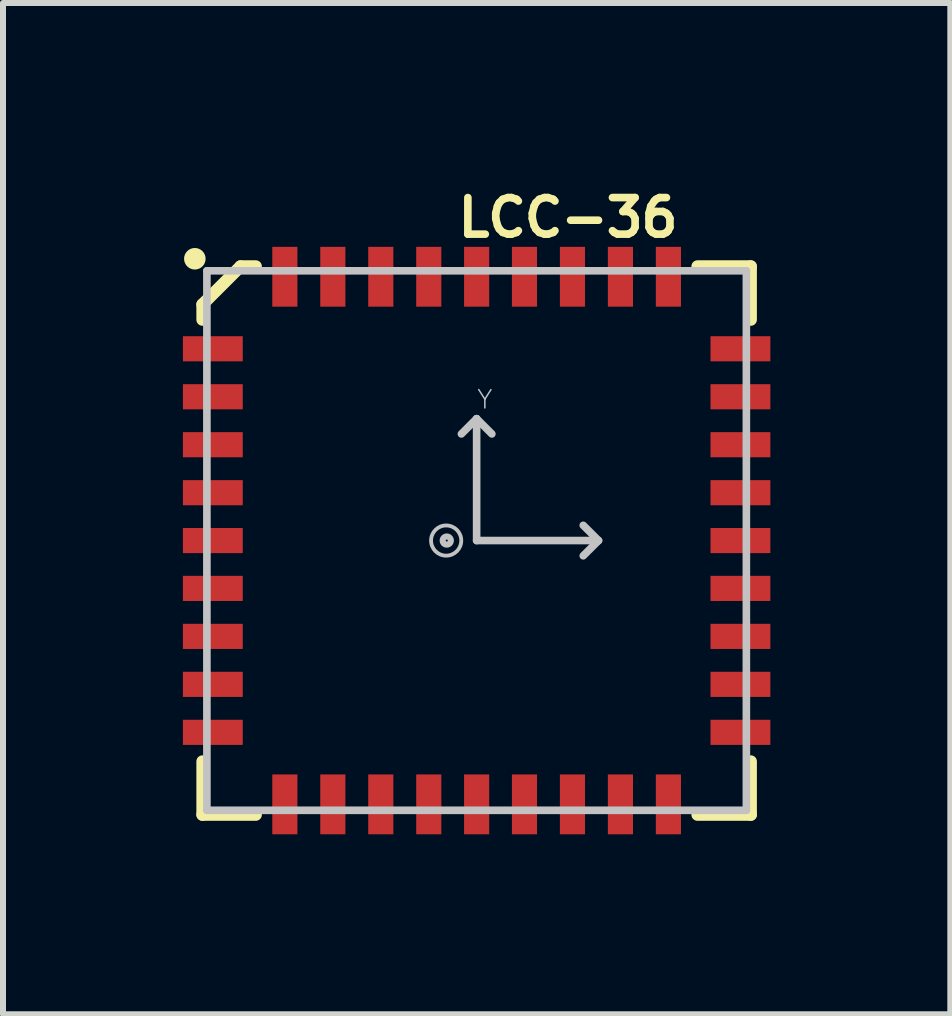
<source format=kicad_pcb>
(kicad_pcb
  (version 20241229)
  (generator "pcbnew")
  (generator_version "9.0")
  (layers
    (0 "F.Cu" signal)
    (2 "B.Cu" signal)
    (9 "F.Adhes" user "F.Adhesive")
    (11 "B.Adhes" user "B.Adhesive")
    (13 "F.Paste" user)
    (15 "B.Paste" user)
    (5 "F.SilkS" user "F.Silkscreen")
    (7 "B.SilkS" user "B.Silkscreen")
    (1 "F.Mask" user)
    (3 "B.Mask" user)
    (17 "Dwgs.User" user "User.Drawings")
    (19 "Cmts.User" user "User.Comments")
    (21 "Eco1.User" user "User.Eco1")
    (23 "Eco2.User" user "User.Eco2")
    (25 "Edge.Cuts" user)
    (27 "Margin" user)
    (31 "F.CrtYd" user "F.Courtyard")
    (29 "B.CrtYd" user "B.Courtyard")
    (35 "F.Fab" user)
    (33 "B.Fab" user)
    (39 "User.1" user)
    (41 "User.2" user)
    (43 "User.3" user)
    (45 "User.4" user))
  (footprint "LCC-36"
    (layer "F.Cu")
    (at 4.898 5.964)
    (property "Reference" "LCC-36" (at 1.524 -5.385 0) (layer "F.SilkS") (effects (font (size 0.61 0.61) (thickness 0.127))))
    (attr smd)
    (fp_line (start -4.572 -3.937) (end -3.937 -4.572) (stroke (width 0.203) (type solid)) (layer "F.SilkS"))
    (fp_line (start -4.572 -3.683) (end -4.572 -3.937) (stroke (width 0.203) (type solid)) (layer "F.SilkS"))
    (fp_line (start -4.572 3.683) (end -4.572 4.572) (stroke (width 0.203) (type solid)) (layer "F.SilkS"))
    (fp_line (start -4.572 4.572) (end -3.683 4.572) (stroke (width 0.203) (type solid)) (layer "F.SilkS"))
    (fp_line (start -3.937 -4.572) (end -3.683 -4.572) (stroke (width 0.203) (type solid)) (layer "F.SilkS"))
    (fp_line (start 3.683 -4.572) (end 4.572 -4.572) (stroke (width 0.203) (type solid)) (layer "F.SilkS"))
    (fp_line (start 4.572 -4.572) (end 4.572 -3.683) (stroke (width 0.203) (type solid)) (layer "F.SilkS"))
    (fp_line (start 4.572 3.683) (end 4.572 4.572) (stroke (width 0.203) (type solid)) (layer "F.SilkS"))
    (fp_line (start 4.572 4.572) (end 3.683 4.572) (stroke (width 0.203) (type solid)) (layer "F.SilkS"))
    (fp_circle (center -4.699 -4.699) (end -4.826 -4.826) (stroke (width 0) (type solid)) (fill yes) (layer "F.SilkS"))
    (fp_line (start -4.498 -4.498) (end -4.498 4.498) (stroke (width 0.127) (type solid)) (layer "Dwgs.User"))
    (fp_line (start -4.498 4.498) (end 4.498 4.498) (stroke (width 0.127) (type solid)) (layer "Dwgs.User"))
    (fp_line (start -0.254 -1.778) (end 0 -2.032) (stroke (width 0.127) (type solid)) (layer "Dwgs.User"))
    (fp_line (start 0 -2.032) (end 0.254 -1.778) (stroke (width 0.127) (type solid)) (layer "Dwgs.User"))
    (fp_line (start 0 0) (end 0 -2.032) (stroke (width 0.127) (type solid)) (layer "Dwgs.User"))
    (fp_line (start 0 0) (end 2.032 0) (stroke (width 0.127) (type solid)) (layer "Dwgs.User"))
    (fp_line (start 1.778 -0.254) (end 2.032 0) (stroke (width 0.127) (type solid)) (layer "Dwgs.User"))
    (fp_line (start 2.032 0) (end 1.778 0.254) (stroke (width 0.127) (type solid)) (layer "Dwgs.User"))
    (fp_line (start 4.498 -4.498) (end -4.498 -4.498) (stroke (width 0.127) (type solid)) (layer "Dwgs.User"))
    (fp_line (start 4.498 4.498) (end 4.498 -4.498) (stroke (width 0.127) (type solid)) (layer "Dwgs.User"))
    (fp_circle (center -0.508 0) (end -0.686 0.178) (stroke (width 0.064) (type solid)) (fill no) (layer "Dwgs.User"))
    (fp_circle (center -0.498 0) (end -0.546 0.048) (stroke (width 0.102) (type solid)) (fill no) (layer "Dwgs.User"))
    (fp_text user "Y" (at 0.137 -2.352 0) (layer "Dwgs.User") (effects (font (size 0.305 0.305) (thickness 0.025))))
    (pad "1" smd rect (at -4.399 -3.198 90) (size 0.419 0.998) (layers "F.Cu" "F.Mask" "F.Paste"))
    (pad "2" smd rect (at -4.399 -2.398 90) (size 0.419 0.998) (layers "F.Cu" "F.Mask" "F.Paste"))
    (pad "3" smd rect (at -4.399 -1.598 90) (size 0.419 0.998) (layers "F.Cu" "F.Mask" "F.Paste"))
    (pad "4" smd rect (at -4.399 -0.798 90) (size 0.419 0.998) (layers "F.Cu" "F.Mask" "F.Paste"))
    (pad "5" smd rect (at -4.399 0 90) (size 0.419 0.998) (layers "F.Cu" "F.Mask" "F.Paste"))
    (pad "6" smd rect (at -4.399 0.798 90) (size 0.419 0.998) (layers "F.Cu" "F.Mask" "F.Paste"))
    (pad "7" smd rect (at -4.399 1.598 90) (size 0.419 0.998) (layers "F.Cu" "F.Mask" "F.Paste"))
    (pad "8" smd rect (at -4.399 2.398 90) (size 0.419 0.998) (layers "F.Cu" "F.Mask" "F.Paste"))
    (pad "9" smd rect (at -4.399 3.198 90) (size 0.419 0.998) (layers "F.Cu" "F.Mask" "F.Paste"))
    (pad "10" smd rect (at -3.198 4.399 180) (size 0.419 0.998) (layers "F.Cu" "F.Mask" "F.Paste"))
    (pad "11" smd rect (at -2.398 4.399 180) (size 0.419 0.998) (layers "F.Cu" "F.Mask" "F.Paste"))
    (pad "12" smd rect (at -1.598 4.399 180) (size 0.419 0.998) (layers "F.Cu" "F.Mask" "F.Paste"))
    (pad "13" smd rect (at -0.798 4.399 180) (size 0.419 0.998) (layers "F.Cu" "F.Mask" "F.Paste"))
    (pad "14" smd rect (at 0 4.399 180) (size 0.419 0.998) (layers "F.Cu" "F.Mask" "F.Paste"))
    (pad "15" smd rect (at 0.798 4.399 180) (size 0.419 0.998) (layers "F.Cu" "F.Mask" "F.Paste"))
    (pad "16" smd rect (at 1.598 4.399 180) (size 0.419 0.998) (layers "F.Cu" "F.Mask" "F.Paste"))
    (pad "17" smd rect (at 2.398 4.399 180) (size 0.419 0.998) (layers "F.Cu" "F.Mask" "F.Paste"))
    (pad "18" smd rect (at 3.198 4.399 180) (size 0.419 0.998) (layers "F.Cu" "F.Mask" "F.Paste"))
    (pad "19" smd rect (at 4.399 3.198 270) (size 0.419 0.998) (layers "F.Cu" "F.Mask" "F.Paste"))
    (pad "20" smd rect (at 4.399 2.398 270) (size 0.419 0.998) (layers "F.Cu" "F.Mask" "F.Paste"))
    (pad "21" smd rect (at 4.399 1.598 270) (size 0.419 0.998) (layers "F.Cu" "F.Mask" "F.Paste"))
    (pad "22" smd rect (at 4.399 0.798 270) (size 0.419 0.998) (layers "F.Cu" "F.Mask" "F.Paste"))
    (pad "23" smd rect (at 4.399 0 270) (size 0.419 0.998) (layers "F.Cu" "F.Mask" "F.Paste"))
    (pad "24" smd rect (at 4.399 -0.798 270) (size 0.419 0.998) (layers "F.Cu" "F.Mask" "F.Paste"))
    (pad "25" smd rect (at 4.399 -1.598 270) (size 0.419 0.998) (layers "F.Cu" "F.Mask" "F.Paste"))
    (pad "26" smd rect (at 4.399 -2.398 270) (size 0.419 0.998) (layers "F.Cu" "F.Mask" "F.Paste"))
    (pad "27" smd rect (at 4.399 -3.198 270) (size 0.419 0.998) (layers "F.Cu" "F.Mask" "F.Paste"))
    (pad "28" smd rect (at 3.198 -4.399) (size 0.419 0.998) (layers "F.Cu" "F.Mask" "F.Paste"))
    (pad "29" smd rect (at 2.398 -4.399) (size 0.419 0.998) (layers "F.Cu" "F.Mask" "F.Paste"))
    (pad "30" smd rect (at 1.598 -4.399) (size 0.419 0.998) (layers "F.Cu" "F.Mask" "F.Paste"))
    (pad "31" smd rect (at 0.798 -4.399) (size 0.419 0.998) (layers "F.Cu" "F.Mask" "F.Paste"))
    (pad "32" smd rect (at 0 -4.399) (size 0.419 0.998) (layers "F.Cu" "F.Mask" "F.Paste"))
    (pad "33" smd rect (at -0.798 -4.399) (size 0.419 0.998) (layers "F.Cu" "F.Mask" "F.Paste"))
    (pad "34" smd rect (at -1.598 -4.399) (size 0.419 0.998) (layers "F.Cu" "F.Mask" "F.Paste"))
    (pad "35" smd rect (at -2.398 -4.399) (size 0.419 0.998) (layers "F.Cu" "F.Mask" "F.Paste"))
    (pad "36" smd rect (at -3.198 -4.399) (size 0.419 0.998) (layers "F.Cu" "F.Mask" "F.Paste")))
  (gr_rect
    (start -3 -3)
    (end 12.797 13.863)
    (stroke (width 0.1) (type default))
    (fill no)
    (layer "Edge.Cuts")))
</source>
